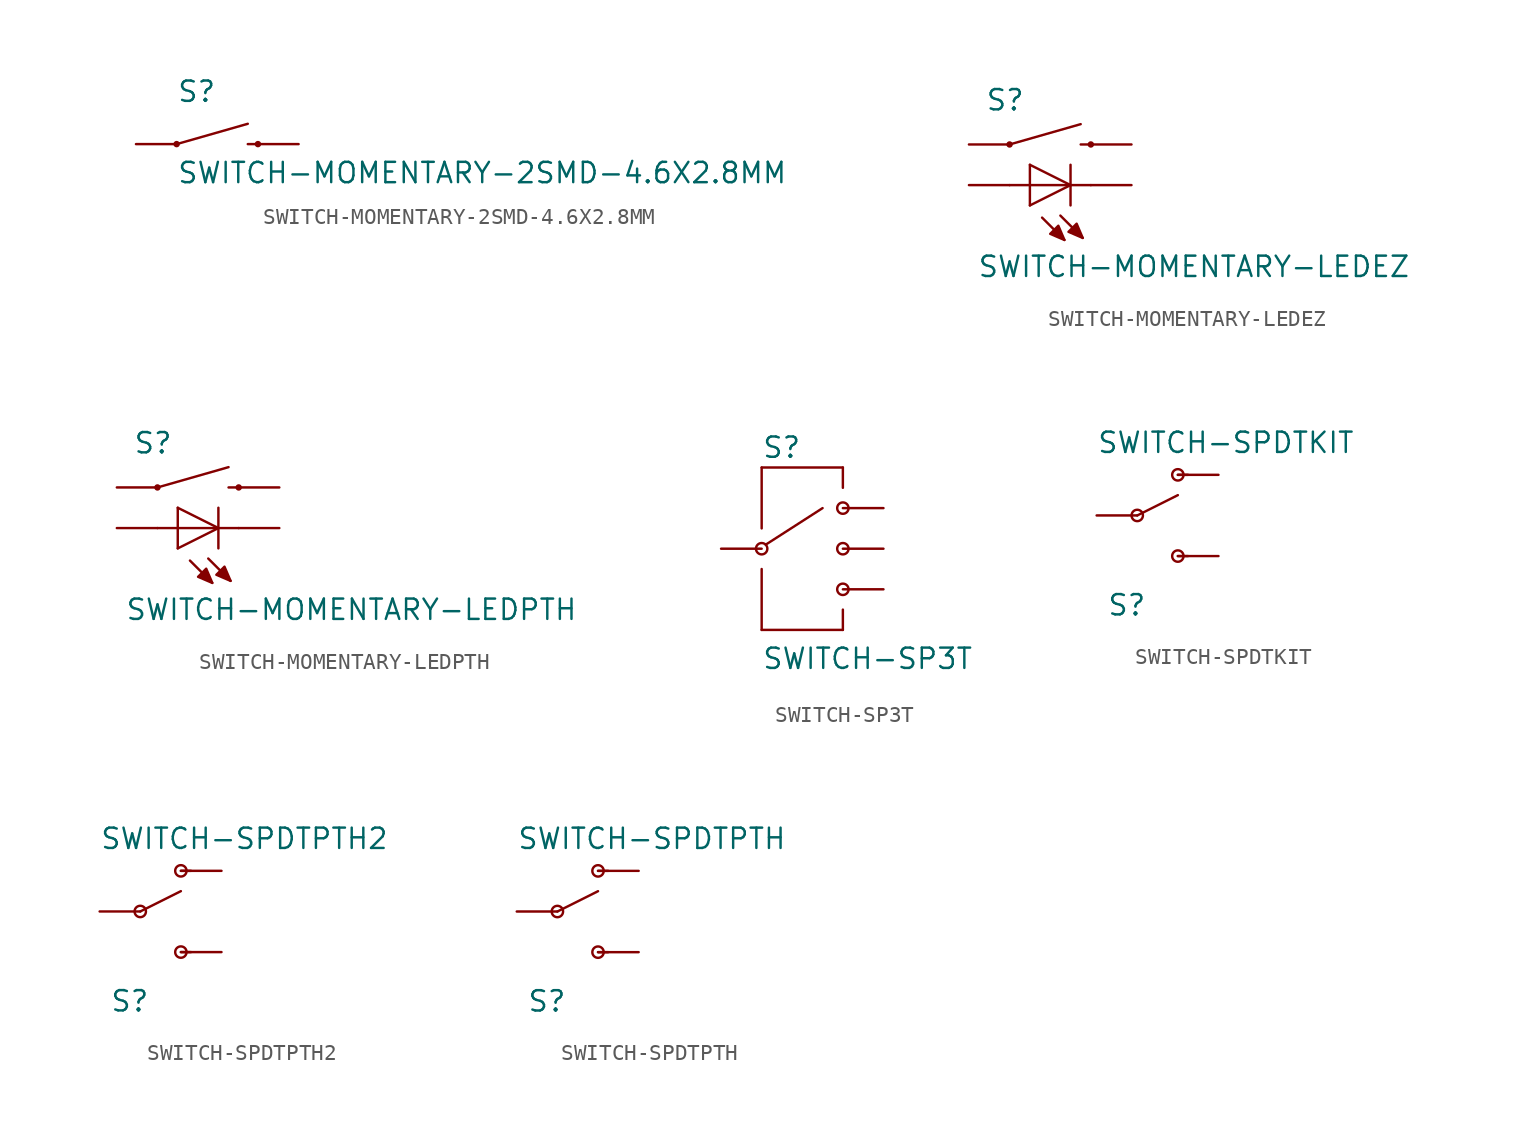
<source format=kicad_sym>
(kicad_symbol_lib
  (version 20211014)
  (generator kicad_symbol_editor)
  (symbol "SWITCH-MOMENTARY-2SMD-4.6X2.8MM"
    (pin_numbers hide)
    (pin_names
      (offset 1.016) hide)
    (property "Reference" "S"
      (at -2.54 2.54 0)
      (effects (font (size 1.27 1.27)) (justify left bottom)))
    (property "Value" "SWITCH-MOMENTARY-2SMD-4.6X2.8MM"
      (at -2.54 -2.54 0)
      (effects (font (size 1.27 1.27)) (justify left bottom)))
    (property "ki_locked" ""
      (at 0 0 0)
      (effects (font (size 1.27 1.27))))
    (symbol "SWITCH-MOMENTARY-2SMD-4.6X2.8MM_1_0"
      (polyline (pts (xy -2.54 0) (xy 1.905 1.27)) (stroke (width 0) (type default) (color 0 0 0 0)) (fill (type none)))
      (polyline (pts (xy 1.905 0) (xy 2.54 0)) (stroke (width 0) (type default) (color 0 0 0 0)) (fill (type none))))
    (symbol "SWITCH-MOMENTARY-2SMD-4.6X2.8MM_1_1"
      (circle (center -2.54 0) (radius 0.127) (stroke (width 0) (type default) (color 0 0 0 0)) (fill (type outline)))
      (circle (center 2.54 0) (radius 0.127) (stroke (width 0) (type default) (color 0 0 0 0)) (fill (type outline)))
      (pin passive line (at -5.08 0 0) (length 2.54) (name "1" (effects (font (size 1.016 1.016)))) (number "1" (effects (font (size 1.016 1.016)))))
      (pin passive line (at -5.08 0 0) (length 2.54) hide (name "1" (effects (font (size 1.016 1.016)))) (number "2" (effects (font (size 1.016 1.016)))))
      (pin passive line (at 5.08 0 180) (length 2.54) (name "2" (effects (font (size 1.016 1.016)))) (number "3" (effects (font (size 1.016 1.016)))))
      (pin passive line (at 5.08 0 180) (length 2.54) hide (name "2" (effects (font (size 1.016 1.016)))) (number "4" (effects (font (size 1.016 1.016)))))))
  (symbol "SWITCH-MOMENTARY-LEDEZ"
    (pin_numbers hide)
    (pin_names
      (offset 1.016) hide)
    (property "Reference" "S"
      (at -4.064 2.032 0)
      (effects (font (size 1.27 1.27)) (justify left bottom)))
    (property "Value" "SWITCH-MOMENTARY-LEDEZ"
      (at -4.572 -8.382 0)
      (effects (font (size 1.27 1.27)) (justify left bottom)))
    (property "ki_locked" ""
      (at 0 0 0)
      (effects (font (size 1.27 1.27))))
    (symbol "SWITCH-MOMENTARY-LEDEZ_1_0"
      (polyline (pts (xy -2.54 -2.54) (xy -1.27 -2.54)) (stroke (width 0) (type default) (color 0 0 0 0)) (fill (type none)))
      (polyline (pts (xy -2.54 0) (xy 1.905 1.27)) (stroke (width 0) (type default) (color 0 0 0 0)) (fill (type none)))
      (polyline (pts (xy -1.27 -2.54) (xy -1.27 -3.81)) (stroke (width 0) (type default) (color 0 0 0 0)) (fill (type none)))
      (polyline (pts (xy -1.27 -2.54) (xy 1.27 -2.54)) (stroke (width 0) (type default) (color 0 0 0 0)) (fill (type none)))
      (polyline (pts (xy -1.27 -1.27) (xy -1.27 -2.54)) (stroke (width 0) (type default) (color 0 0 0 0)) (fill (type none)))
      (polyline (pts (xy -1.27 -1.27) (xy 1.27 -2.54)) (stroke (width 0) (type default) (color 0 0 0 0)) (fill (type none)))
      (polyline (pts (xy -0.508 -4.572) (xy 0.889 -5.969)) (stroke (width 0) (type default) (color 0 0 0 0)) (fill (type none)))
      (polyline (pts (xy 0.635 -4.445) (xy 2.032 -5.842)) (stroke (width 0) (type default) (color 0 0 0 0)) (fill (type none)))
      (polyline (pts (xy 1.27 -2.54) (xy -1.27 -3.81)) (stroke (width 0) (type default) (color 0 0 0 0)) (fill (type none)))
      (polyline (pts (xy 1.27 -2.54) (xy 1.27 -3.81)) (stroke (width 0) (type default) (color 0 0 0 0)) (fill (type none)))
      (polyline (pts (xy 1.27 -2.54) (xy 2.54 -2.54)) (stroke (width 0) (type default) (color 0 0 0 0)) (fill (type none)))
      (polyline (pts (xy 1.27 -1.27) (xy 1.27 -2.54)) (stroke (width 0) (type default) (color 0 0 0 0)) (fill (type none)))
      (polyline (pts (xy 1.905 0) (xy 2.54 0)) (stroke (width 0) (type default) (color 0 0 0 0)) (fill (type none))))
    (symbol "SWITCH-MOMENTARY-LEDEZ_1_1"
      (circle (center -2.54 0) (radius 0.127) (stroke (width 0) (type default) (color 0 0 0 0)) (fill (type outline)))
      (polyline (pts (xy 0.889 -5.969) (xy 0 -5.588) (xy 0 -5.588) (xy 0.508 -5.08) (xy 0.508 -5.08) (xy 0.889 -5.969)) (stroke (width 0) (type default) (color 0 0 0 0)) (fill (type outline)))
      (polyline (pts (xy 2.032 -5.842) (xy 1.143 -5.461) (xy 1.143 -5.461) (xy 1.651 -4.953) (xy 1.651 -4.953) (xy 2.032 -5.842)) (stroke (width 0) (type default) (color 0 0 0 0)) (fill (type outline)))
      (circle (center 2.54 0) (radius 0.127) (stroke (width 0) (type default) (color 0 0 0 0)) (fill (type outline)))
      (pin passive line (at 5.08 0 180) (length 2.54) (name "2" (effects (font (size 1.016 1.016)))) (number "2" (effects (font (size 1.016 1.016)))))
      (pin passive line (at -5.08 0 0) (length 2.54) (name "1" (effects (font (size 1.016 1.016)))) (number "4" (effects (font (size 1.016 1.016)))))
      (pin passive line (at -5.08 -2.54 0) (length 2.54) (name "A" (effects (font (size 1.016 1.016)))) (number "A" (effects (font (size 1.016 1.016)))))
      (pin passive line (at 5.08 -2.54 180) (length 2.54) (name "C" (effects (font (size 1.016 1.016)))) (number "C" (effects (font (size 1.016 1.016)))))))
  (symbol "SWITCH-MOMENTARY-LEDPTH"
    (pin_numbers hide)
    (pin_names
      (offset 1.016) hide)
    (property "Reference" "S"
      (at -4.064 2.032 0)
      (effects (font (size 1.27 1.27)) (justify left bottom)))
    (property "Value" "SWITCH-MOMENTARY-LEDPTH"
      (at -4.572 -8.382 0)
      (effects (font (size 1.27 1.27)) (justify left bottom)))
    (property "ki_locked" ""
      (at 0 0 0)
      (effects (font (size 1.27 1.27))))
    (symbol "SWITCH-MOMENTARY-LEDPTH_1_0"
      (polyline (pts (xy -2.54 -2.54) (xy -1.27 -2.54)) (stroke (width 0) (type default) (color 0 0 0 0)) (fill (type none)))
      (polyline (pts (xy -2.54 0) (xy 1.905 1.27)) (stroke (width 0) (type default) (color 0 0 0 0)) (fill (type none)))
      (polyline (pts (xy -1.27 -2.54) (xy -1.27 -3.81)) (stroke (width 0) (type default) (color 0 0 0 0)) (fill (type none)))
      (polyline (pts (xy -1.27 -2.54) (xy 1.27 -2.54)) (stroke (width 0) (type default) (color 0 0 0 0)) (fill (type none)))
      (polyline (pts (xy -1.27 -1.27) (xy -1.27 -2.54)) (stroke (width 0) (type default) (color 0 0 0 0)) (fill (type none)))
      (polyline (pts (xy -1.27 -1.27) (xy 1.27 -2.54)) (stroke (width 0) (type default) (color 0 0 0 0)) (fill (type none)))
      (polyline (pts (xy -0.508 -4.572) (xy 0.889 -5.969)) (stroke (width 0) (type default) (color 0 0 0 0)) (fill (type none)))
      (polyline (pts (xy 0.635 -4.445) (xy 2.032 -5.842)) (stroke (width 0) (type default) (color 0 0 0 0)) (fill (type none)))
      (polyline (pts (xy 1.27 -2.54) (xy -1.27 -3.81)) (stroke (width 0) (type default) (color 0 0 0 0)) (fill (type none)))
      (polyline (pts (xy 1.27 -2.54) (xy 1.27 -3.81)) (stroke (width 0) (type default) (color 0 0 0 0)) (fill (type none)))
      (polyline (pts (xy 1.27 -2.54) (xy 2.54 -2.54)) (stroke (width 0) (type default) (color 0 0 0 0)) (fill (type none)))
      (polyline (pts (xy 1.27 -1.27) (xy 1.27 -2.54)) (stroke (width 0) (type default) (color 0 0 0 0)) (fill (type none)))
      (polyline (pts (xy 1.905 0) (xy 2.54 0)) (stroke (width 0) (type default) (color 0 0 0 0)) (fill (type none))))
    (symbol "SWITCH-MOMENTARY-LEDPTH_1_1"
      (circle (center -2.54 0) (radius 0.127) (stroke (width 0) (type default) (color 0 0 0 0)) (fill (type outline)))
      (polyline (pts (xy 0.889 -5.969) (xy 0 -5.588) (xy 0 -5.588) (xy 0.508 -5.08) (xy 0.508 -5.08) (xy 0.889 -5.969)) (stroke (width 0) (type default) (color 0 0 0 0)) (fill (type outline)))
      (polyline (pts (xy 2.032 -5.842) (xy 1.143 -5.461) (xy 1.143 -5.461) (xy 1.651 -4.953) (xy 1.651 -4.953) (xy 2.032 -5.842)) (stroke (width 0) (type default) (color 0 0 0 0)) (fill (type outline)))
      (circle (center 2.54 0) (radius 0.127) (stroke (width 0) (type default) (color 0 0 0 0)) (fill (type outline)))
      (pin passive line (at 5.08 0 180) (length 2.54) (name "2" (effects (font (size 1.016 1.016)))) (number "2" (effects (font (size 1.016 1.016)))))
      (pin passive line (at -5.08 0 0) (length 2.54) (name "1" (effects (font (size 1.016 1.016)))) (number "4" (effects (font (size 1.016 1.016)))))
      (pin passive line (at -5.08 -2.54 0) (length 2.54) (name "A" (effects (font (size 1.016 1.016)))) (number "A" (effects (font (size 1.016 1.016)))))
      (pin passive line (at 5.08 -2.54 180) (length 2.54) (name "C" (effects (font (size 1.016 1.016)))) (number "C" (effects (font (size 1.016 1.016)))))))
  (symbol "SWITCH-SP3T"
    (pin_numbers hide)
    (pin_names
      (offset 1.016) hide)
    (property "Reference" "S"
      (at -2.54 5.588 0)
      (effects (font (size 1.27 1.27)) (justify left bottom)))
    (property "Value" "SWITCH-SP3T"
      (at -2.54 -7.62 0)
      (effects (font (size 1.27 1.27)) (justify left bottom)))
    (property "ki_locked" ""
      (at 0 0 0)
      (effects (font (size 1.27 1.27))))
    (symbol "SWITCH-SP3T_1_0"
      (polyline (pts (xy -2.54 -5.08) (xy 2.54 -5.08)) (stroke (width 0) (type default) (color 0 0 0 0)) (fill (type none)))
      (polyline (pts (xy -2.54 -1.27) (xy -2.54 -5.08)) (stroke (width 0) (type default) (color 0 0 0 0)) (fill (type none)))
      (polyline (pts (xy -2.54 1.27) (xy -2.54 5.08)) (stroke (width 0) (type default) (color 0 0 0 0)) (fill (type none)))
      (polyline (pts (xy 1.27 2.54) (xy -2.286 0.254)) (stroke (width 0) (type default) (color 0 0 0 0)) (fill (type none)))
      (polyline (pts (xy 2.54 -5.08) (xy 2.54 -3.81)) (stroke (width 0) (type default) (color 0 0 0 0)) (fill (type none)))
      (polyline (pts (xy 2.54 3.81) (xy 2.54 5.08)) (stroke (width 0) (type default) (color 0 0 0 0)) (fill (type none)))
      (polyline (pts (xy 2.54 5.08) (xy -2.54 5.08)) (stroke (width 0) (type default) (color 0 0 0 0)) (fill (type none))))
    (symbol "SWITCH-SP3T_1_1"
      (circle (center -2.54 0) (radius 0.356) (stroke (width 0) (type default) (color 0 0 0 0)) (fill (type none)))
      (circle (center 2.54 -2.54) (radius 0.356) (stroke (width 0) (type default) (color 0 0 0 0)) (fill (type none)))
      (circle (center 2.54 0) (radius 0.356) (stroke (width 0) (type default) (color 0 0 0 0)) (fill (type none)))
      (circle (center 2.54 2.54) (radius 0.356) (stroke (width 0) (type default) (color 0 0 0 0)) (fill (type none)))
      (pin bidirectional line (at 5.08 2.54 180) (length 2.54) (name "1" (effects (font (size 1.016 1.016)))) (number "1" (effects (font (size 1.016 1.016)))))
      (pin bidirectional line (at 5.08 0 180) (length 2.54) (name "2" (effects (font (size 1.016 1.016)))) (number "2" (effects (font (size 1.016 1.016)))))
      (pin bidirectional line (at -5.08 0 0) (length 2.54) (name "3" (effects (font (size 1.016 1.016)))) (number "3" (effects (font (size 1.016 1.016)))))
      (pin bidirectional line (at 5.08 -2.54 180) (length 2.54) (name "4" (effects (font (size 1.016 1.016)))) (number "4" (effects (font (size 1.016 1.016)))))))
  (symbol "SWITCH-SPDTKIT"
    (pin_numbers hide)
    (pin_names
      (offset 1.016) hide)
    (property "Reference" "S"
      (at -1.905 -6.35 0)
      (effects (font (size 1.27 1.27)) (justify left bottom)))
    (property "Value" "SWITCH-SPDTKIT"
      (at -2.54 3.81 0)
      (effects (font (size 1.27 1.27)) (justify left bottom)))
    (property "ki_locked" ""
      (at 0 0 0)
      (effects (font (size 1.27 1.27))))
    (symbol "SWITCH-SPDTKIT_1_0"
      (polyline (pts (xy 0 0) (xy 2.54 1.27)) (stroke (width 0) (type default) (color 0 0 0 0)) (fill (type none)))
      (polyline (pts (xy 2.54 -2.54) (xy 3.175 -2.54)) (stroke (width 0) (type default) (color 0 0 0 0)) (fill (type none)))
      (polyline (pts (xy 2.54 2.54) (xy 3.175 2.54)) (stroke (width 0) (type default) (color 0 0 0 0)) (fill (type none))))
    (symbol "SWITCH-SPDTKIT_1_1"
      (circle (center 0 0) (radius 0.356) (stroke (width 0) (type default) (color 0 0 0 0)) (fill (type none)))
      (circle (center 2.54 -2.54) (radius 0.356) (stroke (width 0) (type default) (color 0 0 0 0)) (fill (type none)))
      (circle (center 2.54 2.54) (radius 0.356) (stroke (width 0) (type default) (color 0 0 0 0)) (fill (type none)))
      (pin passive line (at 5.08 2.54 180) (length 2.54) (name "O" (effects (font (size 1.016 1.016)))) (number "1" (effects (font (size 1.016 1.016)))))
      (pin passive line (at -2.54 0 0) (length 2.54) (name "P" (effects (font (size 1.016 1.016)))) (number "2" (effects (font (size 1.016 1.016)))))
      (pin passive line (at 5.08 -2.54 180) (length 2.54) (name "S" (effects (font (size 1.016 1.016)))) (number "3" (effects (font (size 1.016 1.016)))))))
  (symbol "SWITCH-SPDTPTH2"
    (pin_numbers hide)
    (pin_names
      (offset 1.016) hide)
    (property "Reference" "S"
      (at -1.905 -6.35 0)
      (effects (font (size 1.27 1.27)) (justify left bottom)))
    (property "Value" "SWITCH-SPDTPTH2"
      (at -2.54 3.81 0)
      (effects (font (size 1.27 1.27)) (justify left bottom)))
    (property "ki_locked" ""
      (at 0 0 0)
      (effects (font (size 1.27 1.27))))
    (symbol "SWITCH-SPDTPTH2_1_0"
      (polyline (pts (xy 0 0) (xy 2.54 1.27)) (stroke (width 0) (type default) (color 0 0 0 0)) (fill (type none)))
      (polyline (pts (xy 2.54 -2.54) (xy 3.175 -2.54)) (stroke (width 0) (type default) (color 0 0 0 0)) (fill (type none)))
      (polyline (pts (xy 2.54 2.54) (xy 3.175 2.54)) (stroke (width 0) (type default) (color 0 0 0 0)) (fill (type none))))
    (symbol "SWITCH-SPDTPTH2_1_1"
      (circle (center 0 0) (radius 0.356) (stroke (width 0) (type default) (color 0 0 0 0)) (fill (type none)))
      (circle (center 2.54 -2.54) (radius 0.356) (stroke (width 0) (type default) (color 0 0 0 0)) (fill (type none)))
      (circle (center 2.54 2.54) (radius 0.356) (stroke (width 0) (type default) (color 0 0 0 0)) (fill (type none)))
      (pin passive line (at 5.08 2.54 180) (length 2.54) (name "O" (effects (font (size 1.016 1.016)))) (number "1" (effects (font (size 1.016 1.016)))))
      (pin passive line (at -2.54 0 0) (length 2.54) (name "P" (effects (font (size 1.016 1.016)))) (number "2" (effects (font (size 1.016 1.016)))))
      (pin passive line (at 5.08 -2.54 180) (length 2.54) (name "S" (effects (font (size 1.016 1.016)))) (number "3" (effects (font (size 1.016 1.016)))))))
  (symbol "SWITCH-SPDTPTH"
    (pin_numbers hide)
    (pin_names
      (offset 1.016) hide)
    (property "Reference" "S"
      (at -1.905 -6.35 0)
      (effects (font (size 1.27 1.27)) (justify left bottom)))
    (property "Value" "SWITCH-SPDTPTH"
      (at -2.54 3.81 0)
      (effects (font (size 1.27 1.27)) (justify left bottom)))
    (property "ki_locked" ""
      (at 0 0 0)
      (effects (font (size 1.27 1.27))))
    (symbol "SWITCH-SPDTPTH_1_0"
      (polyline (pts (xy 0 0) (xy 2.54 1.27)) (stroke (width 0) (type default) (color 0 0 0 0)) (fill (type none)))
      (polyline (pts (xy 2.54 -2.54) (xy 3.175 -2.54)) (stroke (width 0) (type default) (color 0 0 0 0)) (fill (type none)))
      (polyline (pts (xy 2.54 2.54) (xy 3.175 2.54)) (stroke (width 0) (type default) (color 0 0 0 0)) (fill (type none))))
    (symbol "SWITCH-SPDTPTH_1_1"
      (circle (center 0 0) (radius 0.356) (stroke (width 0) (type default) (color 0 0 0 0)) (fill (type none)))
      (circle (center 2.54 -2.54) (radius 0.356) (stroke (width 0) (type default) (color 0 0 0 0)) (fill (type none)))
      (circle (center 2.54 2.54) (radius 0.356) (stroke (width 0) (type default) (color 0 0 0 0)) (fill (type none)))
      (pin passive line (at 5.08 2.54 180) (length 2.54) (name "O" (effects (font (size 1.016 1.016)))) (number "1" (effects (font (size 1.016 1.016)))))
      (pin passive line (at -2.54 0 0) (length 2.54) (name "P" (effects (font (size 1.016 1.016)))) (number "2" (effects (font (size 1.016 1.016)))))
      (pin passive line (at 5.08 -2.54 180) (length 2.54) (name "S" (effects (font (size 1.016 1.016)))) (number "3" (effects (font (size 1.016 1.016))))))))
</source>
